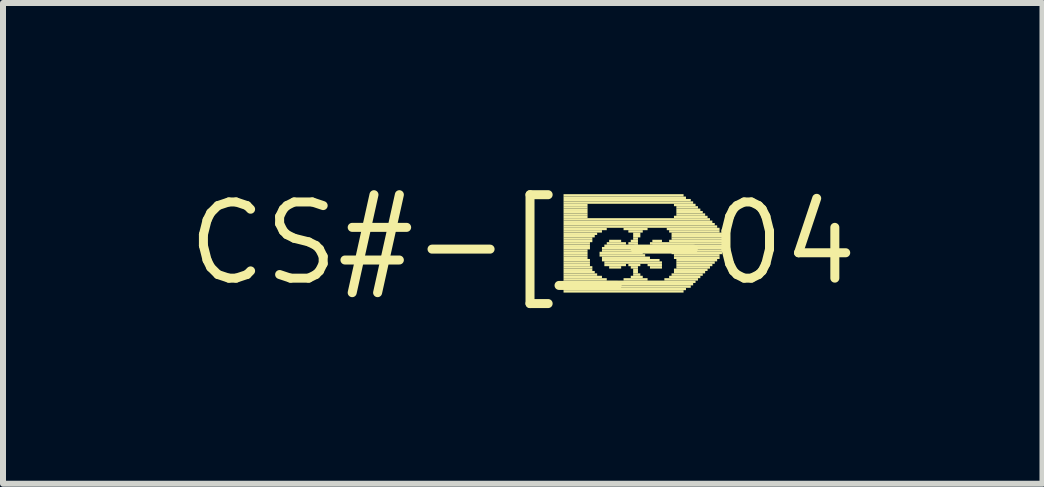
<source format=kicad_pcb>
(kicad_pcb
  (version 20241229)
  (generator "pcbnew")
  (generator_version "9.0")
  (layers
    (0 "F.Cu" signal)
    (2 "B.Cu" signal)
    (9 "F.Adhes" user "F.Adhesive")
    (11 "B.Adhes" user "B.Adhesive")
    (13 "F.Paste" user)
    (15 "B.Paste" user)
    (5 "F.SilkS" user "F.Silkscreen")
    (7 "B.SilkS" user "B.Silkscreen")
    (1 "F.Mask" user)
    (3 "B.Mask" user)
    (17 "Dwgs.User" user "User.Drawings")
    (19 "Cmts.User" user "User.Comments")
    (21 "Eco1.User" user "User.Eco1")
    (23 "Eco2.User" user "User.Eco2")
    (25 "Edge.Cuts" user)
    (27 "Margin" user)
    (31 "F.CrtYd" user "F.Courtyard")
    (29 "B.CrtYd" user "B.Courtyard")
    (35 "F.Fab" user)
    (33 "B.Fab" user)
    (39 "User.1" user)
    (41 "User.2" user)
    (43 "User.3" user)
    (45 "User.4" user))
  (footprint "CS#-[_-04"
    (layer "F.Cu")
    (at 5.662 1.006)
    (property "Reference" "CS#-[_-04" (at 0 0 0) (layer "F.SilkS") (effects (font (size 1.27 1.27) (thickness 0.15))))
    (attr through_hole)
    (fp_poly (pts (xy 0.68 -0.78) (xy 2.68 -0.78) (xy 2.68 -0.82) (xy 0.68 -0.82)) (stroke (width 0) (type solid)) (fill yes) (layer "F.SilkS"))
    (fp_poly (pts (xy 0.68 -0.74) (xy 2.72 -0.74) (xy 2.72 -0.78) (xy 0.68 -0.78)) (stroke (width 0) (type solid)) (fill yes) (layer "F.SilkS"))
    (fp_poly (pts (xy 0.68 -0.7) (xy 2.8 -0.7) (xy 2.8 -0.74) (xy 0.68 -0.74)) (stroke (width 0) (type solid)) (fill yes) (layer "F.SilkS"))
    (fp_poly (pts (xy 0.68 -0.66) (xy 2.84 -0.66) (xy 2.84 -0.7) (xy 0.68 -0.7)) (stroke (width 0) (type solid)) (fill yes) (layer "F.SilkS"))
    (fp_poly (pts (xy 0.68 -0.62) (xy 1.08 -0.62) (xy 1.08 -0.66) (xy 0.68 -0.66)) (stroke (width 0) (type solid)) (fill yes) (layer "F.SilkS"))
    (fp_poly (pts (xy 0.68 -0.58) (xy 1.08 -0.58) (xy 1.08 -0.62) (xy 0.68 -0.62)) (stroke (width 0) (type solid)) (fill yes) (layer "F.SilkS"))
    (fp_poly (pts (xy 0.68 -0.54) (xy 1.08 -0.54) (xy 1.08 -0.58) (xy 0.68 -0.58)) (stroke (width 0) (type solid)) (fill yes) (layer "F.SilkS"))
    (fp_poly (pts (xy 0.68 -0.5) (xy 1.08 -0.5) (xy 1.08 -0.54) (xy 0.68 -0.54)) (stroke (width 0) (type solid)) (fill yes) (layer "F.SilkS"))
    (fp_poly (pts (xy 0.68 -0.46) (xy 1.08 -0.46) (xy 1.08 -0.5) (xy 0.68 -0.5)) (stroke (width 0) (type solid)) (fill yes) (layer "F.SilkS"))
    (fp_poly (pts (xy 0.68 -0.42) (xy 1.08 -0.42) (xy 1.08 -0.46) (xy 0.68 -0.46)) (stroke (width 0) (type solid)) (fill yes) (layer "F.SilkS"))
    (fp_poly (pts (xy 0.68 -0.38) (xy 3.12 -0.38) (xy 3.12 -0.42) (xy 0.68 -0.42)) (stroke (width 0) (type solid)) (fill yes) (layer "F.SilkS"))
    (fp_poly (pts (xy 0.68 -0.34) (xy 3.16 -0.34) (xy 3.16 -0.38) (xy 0.68 -0.38)) (stroke (width 0) (type solid)) (fill yes) (layer "F.SilkS"))
    (fp_poly (pts (xy 0.68 -0.3) (xy 3.2 -0.3) (xy 3.2 -0.34) (xy 0.68 -0.34)) (stroke (width 0) (type solid)) (fill yes) (layer "F.SilkS"))
    (fp_poly (pts (xy 0.68 -0.26) (xy 3.24 -0.26) (xy 3.24 -0.3) (xy 0.68 -0.3)) (stroke (width 0) (type solid)) (fill yes) (layer "F.SilkS"))
    (fp_poly (pts (xy 0.68 -0.22) (xy 1.4 -0.22) (xy 1.4 -0.26) (xy 0.68 -0.26)) (stroke (width 0) (type solid)) (fill yes) (layer "F.SilkS"))
    (fp_poly (pts (xy 0.68 -0.18) (xy 1.32 -0.18) (xy 1.32 -0.22) (xy 0.68 -0.22)) (stroke (width 0) (type solid)) (fill yes) (layer "F.SilkS"))
    (fp_poly (pts (xy 0.68 -0.14) (xy 1.24 -0.14) (xy 1.24 -0.18) (xy 0.68 -0.18)) (stroke (width 0) (type solid)) (fill yes) (layer "F.SilkS"))
    (fp_poly (pts (xy 0.68 -0.1) (xy 1.2 -0.1) (xy 1.2 -0.14) (xy 0.68 -0.14)) (stroke (width 0) (type solid)) (fill yes) (layer "F.SilkS"))
    (fp_poly (pts (xy 0.68 -0.06) (xy 1.16 -0.06) (xy 1.16 -0.1) (xy 0.68 -0.1)) (stroke (width 0) (type solid)) (fill yes) (layer "F.SilkS"))
    (fp_poly (pts (xy 0.68 -0.02) (xy 1.16 -0.02) (xy 1.16 -0.06) (xy 0.68 -0.06)) (stroke (width 0) (type solid)) (fill yes) (layer "F.SilkS"))
    (fp_poly (pts (xy 0.68 0.02) (xy 1.12 0.02) (xy 1.12 -0.02) (xy 0.68 -0.02)) (stroke (width 0) (type solid)) (fill yes) (layer "F.SilkS"))
    (fp_poly (pts (xy 0.68 0.06) (xy 1.12 0.06) (xy 1.12 0.02) (xy 0.68 0.02)) (stroke (width 0) (type solid)) (fill yes) (layer "F.SilkS"))
    (fp_poly (pts (xy 0.68 0.1) (xy 1.12 0.1) (xy 1.12 0.06) (xy 0.68 0.06)) (stroke (width 0) (type solid)) (fill yes) (layer "F.SilkS"))
    (fp_poly (pts (xy 0.68 0.14) (xy 1.08 0.14) (xy 1.08 0.1) (xy 0.68 0.1)) (stroke (width 0) (type solid)) (fill yes) (layer "F.SilkS"))
    (fp_poly (pts (xy 0.68 0.18) (xy 1.08 0.18) (xy 1.08 0.14) (xy 0.68 0.14)) (stroke (width 0) (type solid)) (fill yes) (layer "F.SilkS"))
    (fp_poly (pts (xy 0.68 0.22) (xy 1.08 0.22) (xy 1.08 0.18) (xy 0.68 0.18)) (stroke (width 0) (type solid)) (fill yes) (layer "F.SilkS"))
    (fp_poly (pts (xy 0.68 0.26) (xy 1.08 0.26) (xy 1.08 0.22) (xy 0.68 0.22)) (stroke (width 0) (type solid)) (fill yes) (layer "F.SilkS"))
    (fp_poly (pts (xy 0.68 0.3) (xy 1.12 0.3) (xy 1.12 0.26) (xy 0.68 0.26)) (stroke (width 0) (type solid)) (fill yes) (layer "F.SilkS"))
    (fp_poly (pts (xy 0.68 0.34) (xy 1.12 0.34) (xy 1.12 0.3) (xy 0.68 0.3)) (stroke (width 0) (type solid)) (fill yes) (layer "F.SilkS"))
    (fp_poly (pts (xy 0.68 0.38) (xy 1.12 0.38) (xy 1.12 0.34) (xy 0.68 0.34)) (stroke (width 0) (type solid)) (fill yes) (layer "F.SilkS"))
    (fp_poly (pts (xy 0.68 0.42) (xy 1.16 0.42) (xy 1.16 0.38) (xy 0.68 0.38)) (stroke (width 0) (type solid)) (fill yes) (layer "F.SilkS"))
    (fp_poly (pts (xy 0.68 0.46) (xy 1.16 0.46) (xy 1.16 0.42) (xy 0.68 0.42)) (stroke (width 0) (type solid)) (fill yes) (layer "F.SilkS"))
    (fp_poly (pts (xy 0.68 0.5) (xy 1.2 0.5) (xy 1.2 0.46) (xy 0.68 0.46)) (stroke (width 0) (type solid)) (fill yes) (layer "F.SilkS"))
    (fp_poly (pts (xy 0.68 0.54) (xy 1.24 0.54) (xy 1.24 0.5) (xy 0.68 0.5)) (stroke (width 0) (type solid)) (fill yes) (layer "F.SilkS"))
    (fp_poly (pts (xy 0.68 0.58) (xy 1.32 0.58) (xy 1.32 0.54) (xy 0.68 0.54)) (stroke (width 0) (type solid)) (fill yes) (layer "F.SilkS"))
    (fp_poly (pts (xy 0.68 0.62) (xy 1.4 0.62) (xy 1.4 0.58) (xy 0.68 0.58)) (stroke (width 0) (type solid)) (fill yes) (layer "F.SilkS"))
    (fp_poly (pts (xy 0.68 0.66) (xy 2.88 0.66) (xy 2.88 0.62) (xy 0.68 0.62)) (stroke (width 0) (type solid)) (fill yes) (layer "F.SilkS"))
    (fp_poly (pts (xy 0.68 0.7) (xy 2.84 0.7) (xy 2.84 0.66) (xy 0.68 0.66)) (stroke (width 0) (type solid)) (fill yes) (layer "F.SilkS"))
    (fp_poly (pts (xy 0.68 0.74) (xy 2.8 0.74) (xy 2.8 0.7) (xy 0.68 0.7)) (stroke (width 0) (type solid)) (fill yes) (layer "F.SilkS"))
    (fp_poly (pts (xy 0.68 0.78) (xy 2.72 0.78) (xy 2.72 0.74) (xy 0.68 0.74)) (stroke (width 0) (type solid)) (fill yes) (layer "F.SilkS"))
    (fp_poly (pts (xy 0.68 0.82) (xy 2.68 0.82) (xy 2.68 0.78) (xy 0.68 0.78)) (stroke (width 0) (type solid)) (fill yes) (layer "F.SilkS"))
    (fp_poly (pts (xy 1.28 0.18) (xy 2 0.18) (xy 2 0.14) (xy 1.28 0.14)) (stroke (width 0) (type solid)) (fill yes) (layer "F.SilkS"))
    (fp_poly (pts (xy 1.28 0.22) (xy 2.04 0.22) (xy 2.04 0.18) (xy 1.28 0.18)) (stroke (width 0) (type solid)) (fill yes) (layer "F.SilkS"))
    (fp_poly (pts (xy 1.32 0.1) (xy 1.96 0.1) (xy 1.96 0.06) (xy 1.32 0.06)) (stroke (width 0) (type solid)) (fill yes) (layer "F.SilkS"))
    (fp_poly (pts (xy 1.32 0.14) (xy 1.96 0.14) (xy 1.96 0.1) (xy 1.32 0.1)) (stroke (width 0) (type solid)) (fill yes) (layer "F.SilkS"))
    (fp_poly (pts (xy 1.32 0.26) (xy 2.12 0.26) (xy 2.12 0.22) (xy 1.32 0.22)) (stroke (width 0) (type solid)) (fill yes) (layer "F.SilkS"))
    (fp_poly (pts (xy 1.32 0.3) (xy 2.28 0.3) (xy 2.28 0.26) (xy 1.32 0.26)) (stroke (width 0) (type solid)) (fill yes) (layer "F.SilkS"))
    (fp_poly (pts (xy 1.36 0.06) (xy 1.92 0.06) (xy 1.92 0.02) (xy 1.36 0.02)) (stroke (width 0) (type solid)) (fill yes) (layer "F.SilkS"))
    (fp_poly (pts (xy 1.36 0.34) (xy 2.32 0.34) (xy 2.32 0.3) (xy 1.36 0.3)) (stroke (width 0) (type solid)) (fill yes) (layer "F.SilkS"))
    (fp_poly (pts (xy 1.36 0.38) (xy 1.72 0.38) (xy 1.72 0.34) (xy 1.36 0.34)) (stroke (width 0) (type solid)) (fill yes) (layer "F.SilkS"))
    (fp_poly (pts (xy 1.4 0.02) (xy 1.72 0.02) (xy 1.72 -0.02) (xy 1.4 -0.02)) (stroke (width 0) (type solid)) (fill yes) (layer "F.SilkS"))
    (fp_poly (pts (xy 1.44 -0.02) (xy 1.64 -0.02) (xy 1.64 -0.06) (xy 1.44 -0.06)) (stroke (width 0) (type solid)) (fill yes) (layer "F.SilkS"))
    (fp_poly (pts (xy 1.44 0.42) (xy 1.64 0.42) (xy 1.64 0.38) (xy 1.44 0.38)) (stroke (width 0) (type solid)) (fill yes) (layer "F.SilkS"))
    (fp_poly (pts (xy 1.68 -0.22) (xy 2.08 -0.22) (xy 2.08 -0.26) (xy 1.68 -0.26)) (stroke (width 0) (type solid)) (fill yes) (layer "F.SilkS"))
    (fp_poly (pts (xy 1.68 0.62) (xy 2.08 0.62) (xy 2.08 0.58) (xy 1.68 0.58)) (stroke (width 0) (type solid)) (fill yes) (layer "F.SilkS"))
    (fp_poly (pts (xy 1.76 -0.18) (xy 2 -0.18) (xy 2 -0.22) (xy 1.76 -0.22)) (stroke (width 0) (type solid)) (fill yes) (layer "F.SilkS"))
    (fp_poly (pts (xy 1.76 0.02) (xy 1.92 0.02) (xy 1.92 -0.02) (xy 1.76 -0.02)) (stroke (width 0) (type solid)) (fill yes) (layer "F.SilkS"))
    (fp_poly (pts (xy 1.76 0.38) (xy 1.96 0.38) (xy 1.96 0.34) (xy 1.76 0.34)) (stroke (width 0) (type solid)) (fill yes) (layer "F.SilkS"))
    (fp_poly (pts (xy 1.8 -0.02) (xy 1.92 -0.02) (xy 1.92 -0.06) (xy 1.8 -0.06)) (stroke (width 0) (type solid)) (fill yes) (layer "F.SilkS"))
    (fp_poly (pts (xy 1.8 0.42) (xy 1.92 0.42) (xy 1.92 0.38) (xy 1.8 0.38)) (stroke (width 0) (type solid)) (fill yes) (layer "F.SilkS"))
    (fp_poly (pts (xy 1.8 0.58) (xy 2 0.58) (xy 2 0.54) (xy 1.8 0.54)) (stroke (width 0) (type solid)) (fill yes) (layer "F.SilkS"))
    (fp_poly (pts (xy 1.84 -0.14) (xy 1.96 -0.14) (xy 1.96 -0.18) (xy 1.84 -0.18)) (stroke (width 0) (type solid)) (fill yes) (layer "F.SilkS"))
    (fp_poly (pts (xy 1.84 -0.1) (xy 1.96 -0.1) (xy 1.96 -0.14) (xy 1.84 -0.14)) (stroke (width 0) (type solid)) (fill yes) (layer "F.SilkS"))
    (fp_poly (pts (xy 1.84 -0.06) (xy 1.92 -0.06) (xy 1.92 -0.1) (xy 1.84 -0.1)) (stroke (width 0) (type solid)) (fill yes) (layer "F.SilkS"))
    (fp_poly (pts (xy 1.84 0.46) (xy 1.92 0.46) (xy 1.92 0.42) (xy 1.84 0.42)) (stroke (width 0) (type solid)) (fill yes) (layer "F.SilkS"))
    (fp_poly (pts (xy 1.84 0.5) (xy 1.92 0.5) (xy 1.92 0.46) (xy 1.84 0.46)) (stroke (width 0) (type solid)) (fill yes) (layer "F.SilkS"))
    (fp_poly (pts (xy 1.84 0.54) (xy 1.96 0.54) (xy 1.96 0.5) (xy 1.84 0.5)) (stroke (width 0) (type solid)) (fill yes) (layer "F.SilkS"))
    (fp_poly (pts (xy 2.08 0.38) (xy 2.32 0.38) (xy 2.32 0.34) (xy 2.08 0.34)) (stroke (width 0) (type solid)) (fill yes) (layer "F.SilkS"))
    (fp_poly (pts (xy 2.12 0.02) (xy 3.36 0.02) (xy 3.36 -0.02) (xy 2.12 -0.02)) (stroke (width 0) (type solid)) (fill yes) (layer "F.SilkS"))
    (fp_poly (pts (xy 2.12 0.42) (xy 2.32 0.42) (xy 2.32 0.38) (xy 2.12 0.38)) (stroke (width 0) (type solid)) (fill yes) (layer "F.SilkS"))
    (fp_poly (pts (xy 2.16 -0.02) (xy 2.32 -0.02) (xy 2.32 -0.06) (xy 2.16 -0.06)) (stroke (width 0) (type solid)) (fill yes) (layer "F.SilkS"))
    (fp_poly (pts (xy 2.16 0.06) (xy 3.36 0.06) (xy 3.36 0.02) (xy 2.16 0.02)) (stroke (width 0) (type solid)) (fill yes) (layer "F.SilkS"))
    (fp_poly (pts (xy 2.28 0.1) (xy 3.36 0.1) (xy 3.36 0.06) (xy 2.28 0.06)) (stroke (width 0) (type solid)) (fill yes) (layer "F.SilkS"))
    (fp_poly (pts (xy 2.36 0.62) (xy 2.92 0.62) (xy 2.92 0.58) (xy 2.36 0.58)) (stroke (width 0) (type solid)) (fill yes) (layer "F.SilkS"))
    (fp_poly (pts (xy 2.4 -0.22) (xy 3.28 -0.22) (xy 3.28 -0.26) (xy 2.4 -0.26)) (stroke (width 0) (type solid)) (fill yes) (layer "F.SilkS"))
    (fp_poly (pts (xy 2.4 0.14) (xy 3.36 0.14) (xy 3.36 0.1) (xy 2.4 0.1)) (stroke (width 0) (type solid)) (fill yes) (layer "F.SilkS"))
    (fp_poly (pts (xy 2.44 -0.18) (xy 3.28 -0.18) (xy 3.28 -0.22) (xy 2.44 -0.22)) (stroke (width 0) (type solid)) (fill yes) (layer "F.SilkS"))
    (fp_poly (pts (xy 2.44 -0.02) (xy 3.36 -0.02) (xy 3.36 -0.06) (xy 2.44 -0.06)) (stroke (width 0) (type solid)) (fill yes) (layer "F.SilkS"))
    (fp_poly (pts (xy 2.44 0.58) (xy 2.96 0.58) (xy 2.96 0.54) (xy 2.44 0.54)) (stroke (width 0) (type solid)) (fill yes) (layer "F.SilkS"))
    (fp_poly (pts (xy 2.48 -0.14) (xy 3.32 -0.14) (xy 3.32 -0.18) (xy 2.48 -0.18)) (stroke (width 0) (type solid)) (fill yes) (layer "F.SilkS"))
    (fp_poly (pts (xy 2.48 -0.1) (xy 3.36 -0.1) (xy 3.36 -0.14) (xy 2.48 -0.14)) (stroke (width 0) (type solid)) (fill yes) (layer "F.SilkS"))
    (fp_poly (pts (xy 2.48 -0.06) (xy 3.36 -0.06) (xy 3.36 -0.1) (xy 2.48 -0.1)) (stroke (width 0) (type solid)) (fill yes) (layer "F.SilkS"))
    (fp_poly (pts (xy 2.48 0.18) (xy 3.32 0.18) (xy 3.32 0.14) (xy 2.48 0.14)) (stroke (width 0) (type solid)) (fill yes) (layer "F.SilkS"))
    (fp_poly (pts (xy 2.48 0.54) (xy 3 0.54) (xy 3 0.5) (xy 2.48 0.5)) (stroke (width 0) (type solid)) (fill yes) (layer "F.SilkS"))
    (fp_poly (pts (xy 2.52 -0.62) (xy 2.88 -0.62) (xy 2.88 -0.66) (xy 2.52 -0.66)) (stroke (width 0) (type solid)) (fill yes) (layer "F.SilkS"))
    (fp_poly (pts (xy 2.52 -0.42) (xy 3.08 -0.42) (xy 3.08 -0.46) (xy 2.52 -0.46)) (stroke (width 0) (type solid)) (fill yes) (layer "F.SilkS"))
    (fp_poly (pts (xy 2.52 0.22) (xy 3.28 0.22) (xy 3.28 0.18) (xy 2.52 0.18)) (stroke (width 0) (type solid)) (fill yes) (layer "F.SilkS"))
    (fp_poly (pts (xy 2.52 0.26) (xy 3.28 0.26) (xy 3.28 0.22) (xy 2.52 0.22)) (stroke (width 0) (type solid)) (fill yes) (layer "F.SilkS"))
    (fp_poly (pts (xy 2.52 0.46) (xy 3.08 0.46) (xy 3.08 0.42) (xy 2.52 0.42)) (stroke (width 0) (type solid)) (fill yes) (layer "F.SilkS"))
    (fp_poly (pts (xy 2.52 0.5) (xy 3.04 0.5) (xy 3.04 0.46) (xy 2.52 0.46)) (stroke (width 0) (type solid)) (fill yes) (layer "F.SilkS"))
    (fp_poly (pts (xy 2.56 -0.58) (xy 2.92 -0.58) (xy 2.92 -0.62) (xy 2.56 -0.62)) (stroke (width 0) (type solid)) (fill yes) (layer "F.SilkS"))
    (fp_poly (pts (xy 2.56 -0.54) (xy 2.96 -0.54) (xy 2.96 -0.58) (xy 2.56 -0.58)) (stroke (width 0) (type solid)) (fill yes) (layer "F.SilkS"))
    (fp_poly (pts (xy 2.56 -0.5) (xy 3 -0.5) (xy 3 -0.54) (xy 2.56 -0.54)) (stroke (width 0) (type solid)) (fill yes) (layer "F.SilkS"))
    (fp_poly (pts (xy 2.56 -0.46) (xy 3.04 -0.46) (xy 3.04 -0.5) (xy 2.56 -0.5)) (stroke (width 0) (type solid)) (fill yes) (layer "F.SilkS"))
    (fp_poly (pts (xy 2.56 0.3) (xy 3.24 0.3) (xy 3.24 0.26) (xy 2.56 0.26)) (stroke (width 0) (type solid)) (fill yes) (layer "F.SilkS"))
    (fp_poly (pts (xy 2.56 0.34) (xy 3.2 0.34) (xy 3.2 0.3) (xy 2.56 0.3)) (stroke (width 0) (type solid)) (fill yes) (layer "F.SilkS"))
    (fp_poly (pts (xy 2.56 0.38) (xy 3.16 0.38) (xy 3.16 0.34) (xy 2.56 0.34)) (stroke (width 0) (type solid)) (fill yes) (layer "F.SilkS"))
    (fp_poly (pts (xy 2.56 0.42) (xy 3.12 0.42) (xy 3.12 0.38) (xy 2.56 0.38)) (stroke (width 0) (type solid)) (fill yes) (layer "F.SilkS")))
  (gr_rect
    (start -3 -3)
    (end 14.324 5.012)
    (stroke (width 0.1) (type default))
    (fill no)
    (layer "Edge.Cuts")))
</source>
